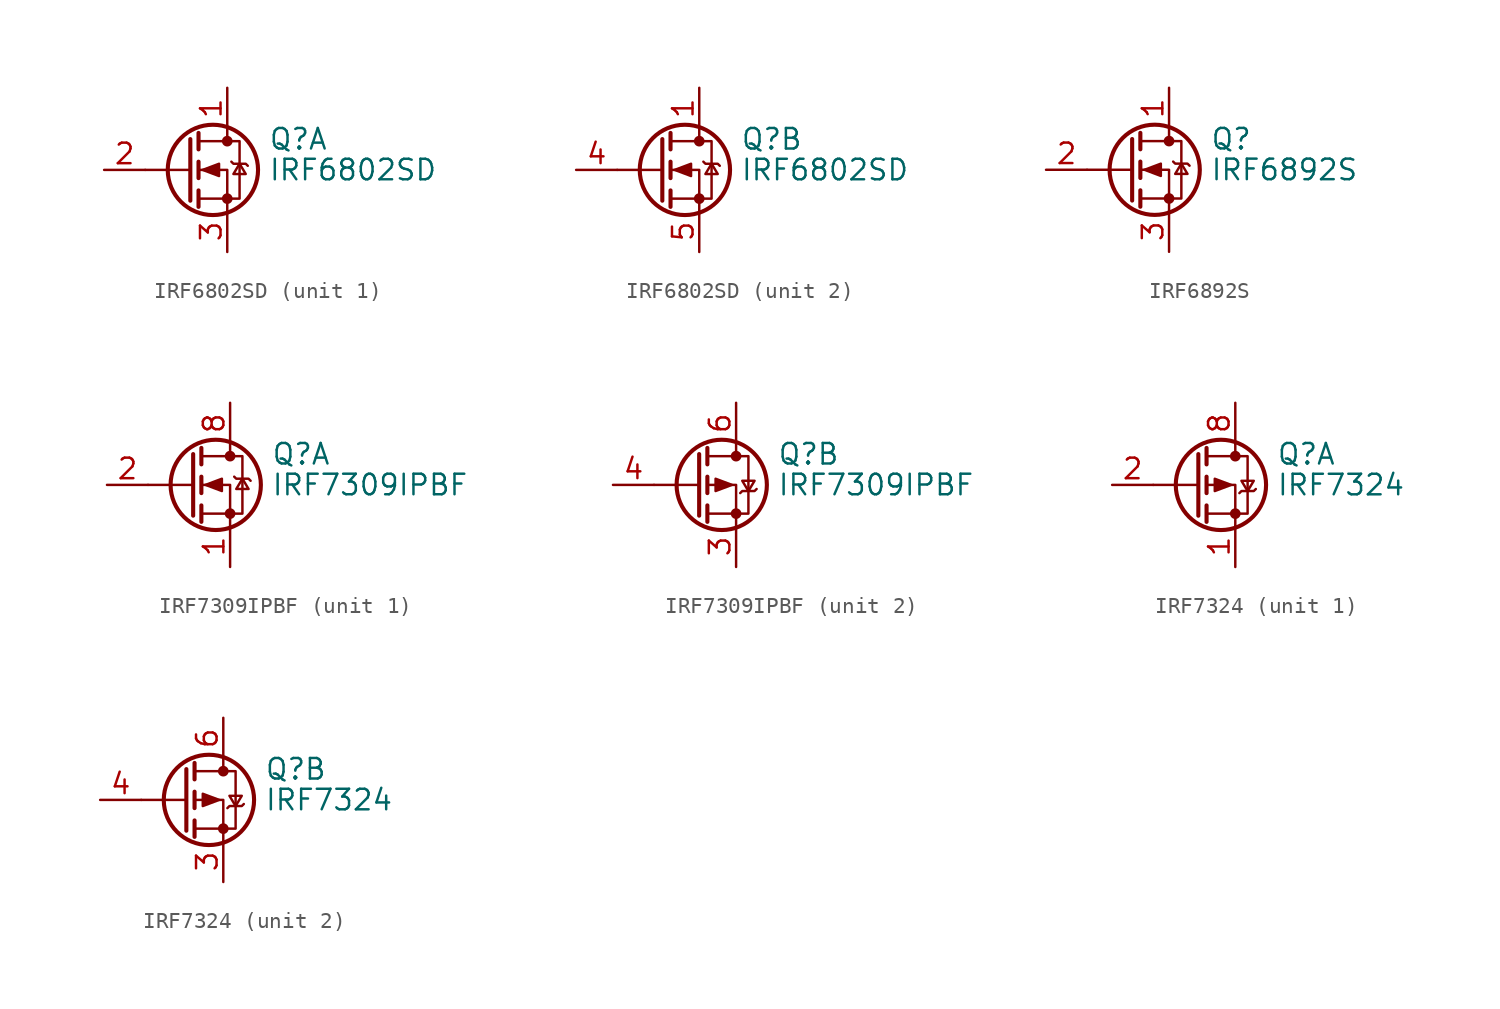
<source format=kicad_sym>
(kicad_symbol_lib
  (version 20200908)
  (generator kicad_symbol_editor)
  (symbol "Transistor_FET:IRF6802SD"
    (pin_names hide)
    (property "Reference" "Q"
      (at 5.08 1.905 0)
      (effects (font (size 1.27 1.27)) (justify left)))
    (property "Value" "IRF6802SD"
      (at 5.08 0 0)
      (effects (font (size 1.27 1.27)) (justify left)))
    (symbol "IRF6802SD_0_1"
      (circle (center 1.651 0) (radius 2.794) (stroke (width 0.254)) (fill (type none)))
      (circle (center 2.54 -1.778) (radius 0.254) (stroke (width 0)) (fill (type outline)))
      (circle (center 2.54 1.778) (radius 0.254) (stroke (width 0)) (fill (type outline)))
      (polyline (pts (xy 0.254 0) (xy -2.54 0)) (stroke (width 0)) (fill (type none)))
      (polyline (pts (xy 0.254 1.905) (xy 0.254 -1.905)) (stroke (width 0.254)) (fill (type none)))
      (polyline (pts (xy 0.762 -1.27) (xy 0.762 -2.286)) (stroke (width 0.254)) (fill (type none)))
      (polyline (pts (xy 0.762 0.508) (xy 0.762 -0.508)) (stroke (width 0.254)) (fill (type none)))
      (polyline (pts (xy 0.762 2.286) (xy 0.762 1.27)) (stroke (width 0.254)) (fill (type none)))
      (polyline (pts (xy 2.54 2.54) (xy 2.54 1.778)) (stroke (width 0)) (fill (type none)))
      (polyline (pts (xy 2.54 -2.54) (xy 2.54 0) (xy 0.762 0)) (stroke (width 0)) (fill (type none)))
      (polyline (pts (xy 0.762 -1.778) (xy 3.302 -1.778) (xy 3.302 1.778) (xy 0.762 1.778)) (stroke (width 0)) (fill (type none)))
      (polyline (pts (xy 1.016 0) (xy 2.032 0.381) (xy 2.032 -0.381) (xy 1.016 0)) (stroke (width 0)) (fill (type outline)))
      (polyline (pts (xy 2.794 0.508) (xy 2.921 0.381) (xy 3.683 0.381) (xy 3.81 0.254)) (stroke (width 0)) (fill (type none)))
      (polyline (pts (xy 3.302 0.381) (xy 2.921 -0.254) (xy 3.683 -0.254) (xy 3.302 0.381)) (stroke (width 0)) (fill (type none))))
    (symbol "IRF6802SD_1_1"
      (pin passive line (at 2.54 5.08 270) (length 2.54) (name "D" (effects (font (size 1.27 1.27)))) (number "1" (effects (font (size 1.27 1.27)))))
      (pin input line (at -5.08 0 0) (length 2.54) (name "G1" (effects (font (size 1.27 1.27)))) (number "2" (effects (font (size 1.27 1.27)))))
      (pin passive line (at 2.54 -5.08 90) (length 2.54) (name "S1" (effects (font (size 1.27 1.27)))) (number "3" (effects (font (size 1.27 1.27))))))
    (symbol "IRF6802SD_2_1"
      (pin passive line (at 2.54 5.08 270) (length 2.54) (name "D" (effects (font (size 1.27 1.27)))) (number "1" (effects (font (size 1.27 1.27)))))
      (pin input line (at -5.08 0 0) (length 2.54) (name "G2" (effects (font (size 1.27 1.27)))) (number "4" (effects (font (size 1.27 1.27)))))
      (pin passive line (at 2.54 -5.08 90) (length 2.54) (name "S2" (effects (font (size 1.27 1.27)))) (number "5" (effects (font (size 1.27 1.27)))))))
  (symbol "Transistor_FET:IRF6892S"
    (pin_names hide)
    (property "Reference" "Q"
      (at 5.08 1.905 0)
      (effects (font (size 1.27 1.27)) (justify left)))
    (property "Value" "IRF6892S"
      (at 5.08 0 0)
      (effects (font (size 1.27 1.27)) (justify left)))
    (symbol "IRF6892S_0_1"
      (circle (center 1.651 0) (radius 2.794) (stroke (width 0.254)) (fill (type none)))
      (circle (center 2.54 -1.778) (radius 0.254) (stroke (width 0)) (fill (type outline)))
      (circle (center 2.54 1.778) (radius 0.254) (stroke (width 0)) (fill (type outline)))
      (polyline (pts (xy 0.254 0) (xy -2.54 0)) (stroke (width 0)) (fill (type none)))
      (polyline (pts (xy 0.254 1.905) (xy 0.254 -1.905)) (stroke (width 0.254)) (fill (type none)))
      (polyline (pts (xy 0.762 -1.27) (xy 0.762 -2.286)) (stroke (width 0.254)) (fill (type none)))
      (polyline (pts (xy 0.762 0.508) (xy 0.762 -0.508)) (stroke (width 0.254)) (fill (type none)))
      (polyline (pts (xy 0.762 2.286) (xy 0.762 1.27)) (stroke (width 0.254)) (fill (type none)))
      (polyline (pts (xy 2.54 2.54) (xy 2.54 1.778)) (stroke (width 0)) (fill (type none)))
      (polyline (pts (xy 2.54 -2.54) (xy 2.54 0) (xy 0.762 0)) (stroke (width 0)) (fill (type none)))
      (polyline (pts (xy 0.762 -1.778) (xy 3.302 -1.778) (xy 3.302 1.778) (xy 0.762 1.778)) (stroke (width 0)) (fill (type none)))
      (polyline (pts (xy 1.016 0) (xy 2.032 0.381) (xy 2.032 -0.381) (xy 1.016 0)) (stroke (width 0)) (fill (type outline)))
      (polyline (pts (xy 2.794 0.508) (xy 2.921 0.381) (xy 3.683 0.381) (xy 3.81 0.254)) (stroke (width 0)) (fill (type none)))
      (polyline (pts (xy 3.302 0.381) (xy 2.921 -0.254) (xy 3.683 -0.254) (xy 3.302 0.381)) (stroke (width 0)) (fill (type none))))
    (symbol "IRF6892S_1_1"
      (pin passive line (at 2.54 5.08 270) (length 2.54) (name "D" (effects (font (size 1.27 1.27)))) (number "1" (effects (font (size 1.27 1.27)))))
      (pin input line (at -5.08 0 0) (length 2.54) (name "G" (effects (font (size 1.27 1.27)))) (number "2" (effects (font (size 1.27 1.27)))))
      (pin passive line (at 2.54 -5.08 90) (length 2.54) (name "S" (effects (font (size 1.27 1.27)))) (number "3" (effects (font (size 1.27 1.27)))))))
  (symbol "Transistor_FET:IRF7309IPBF"
    (pin_names hide)
    (property "Reference" "Q"
      (at 5.08 1.905 0)
      (effects (font (size 1.27 1.27)) (justify left)))
    (property "Value" "IRF7309IPBF"
      (at 5.08 0 0)
      (effects (font (size 1.27 1.27)) (justify left)))
    (symbol "IRF7309IPBF_0_1"
      (circle (center 1.651 0) (radius 2.794) (stroke (width 0.254)) (fill (type none)))
      (circle (center 2.54 -1.778) (radius 0.254) (stroke (width 0)) (fill (type outline)))
      (circle (center 2.54 1.778) (radius 0.254) (stroke (width 0)) (fill (type outline)))
      (polyline (pts (xy 0.254 0) (xy -2.54 0)) (stroke (width 0)) (fill (type none)))
      (polyline (pts (xy 0.254 1.905) (xy 0.254 -1.905)) (stroke (width 0.254)) (fill (type none)))
      (polyline (pts (xy 0.762 -1.27) (xy 0.762 -2.286)) (stroke (width 0.254)) (fill (type none)))
      (polyline (pts (xy 0.762 0.508) (xy 0.762 -0.508)) (stroke (width 0.254)) (fill (type none)))
      (polyline (pts (xy 0.762 2.286) (xy 0.762 1.27)) (stroke (width 0.254)) (fill (type none)))
      (polyline (pts (xy 2.54 2.54) (xy 2.54 1.778)) (stroke (width 0)) (fill (type none)))
      (polyline (pts (xy 2.54 -2.54) (xy 2.54 0) (xy 0.762 0)) (stroke (width 0)) (fill (type none)))
      (polyline (pts (xy 0.762 -1.778) (xy 3.302 -1.778) (xy 3.302 1.778) (xy 0.762 1.778)) (stroke (width 0)) (fill (type none))))
    (symbol "IRF7309IPBF_1_1"
      (polyline (pts (xy 1.016 0) (xy 2.032 0.381) (xy 2.032 -0.381) (xy 1.016 0)) (stroke (width 0)) (fill (type outline)))
      (polyline (pts (xy 2.794 0.508) (xy 2.921 0.381) (xy 3.683 0.381) (xy 3.81 0.254)) (stroke (width 0)) (fill (type none)))
      (polyline (pts (xy 3.302 0.381) (xy 2.921 -0.254) (xy 3.683 -0.254) (xy 3.302 0.381)) (stroke (width 0)) (fill (type none)))
      (pin passive line (at 2.54 -5.08 90) (length 2.54) (name "S" (effects (font (size 1.27 1.27)))) (number "1" (effects (font (size 1.27 1.27)))))
      (pin input line (at -5.08 0 0) (length 2.54) (name "G" (effects (font (size 1.27 1.27)))) (number "2" (effects (font (size 1.27 1.27)))))
      (pin passive line (at 2.54 5.08 270) (length 2.54) hide (name "D" (effects (font (size 1.27 1.27)))) (number "7" (effects (font (size 1.27 1.27)))))
      (pin passive line (at 2.54 5.08 270) (length 2.54) (name "D" (effects (font (size 1.27 1.27)))) (number "8" (effects (font (size 1.27 1.27))))))
    (symbol "IRF7309IPBF_2_1"
      (polyline (pts (xy 2.286 0) (xy 1.27 0.381) (xy 1.27 -0.381) (xy 2.286 0)) (stroke (width 0)) (fill (type outline)))
      (polyline (pts (xy 2.794 -0.508) (xy 2.921 -0.381) (xy 3.683 -0.381) (xy 3.81 -0.254)) (stroke (width 0)) (fill (type none)))
      (polyline (pts (xy 3.302 -0.381) (xy 2.921 0.254) (xy 3.683 0.254) (xy 3.302 -0.381)) (stroke (width 0)) (fill (type none)))
      (pin passive line (at 2.54 -5.08 90) (length 2.54) (name "1" (effects (font (size 1.27 1.27)))) (number "3" (effects (font (size 1.27 1.27)))))
      (pin input line (at -5.08 0 0) (length 2.54) (name "G" (effects (font (size 1.27 1.27)))) (number "4" (effects (font (size 1.27 1.27)))))
      (pin passive line (at 2.54 5.08 270) (length 2.54) hide (name "D" (effects (font (size 1.27 1.27)))) (number "5" (effects (font (size 1.27 1.27)))))
      (pin passive line (at 2.54 5.08 270) (length 2.54) (name "D" (effects (font (size 1.27 1.27)))) (number "6" (effects (font (size 1.27 1.27)))))))
  (symbol "Transistor_FET:IRF7324"
    (pin_names hide)
    (property "Reference" "Q"
      (at 5.08 1.905 0)
      (effects (font (size 1.27 1.27)) (justify left)))
    (property "Value" "IRF7324"
      (at 5.08 0 0)
      (effects (font (size 1.27 1.27)) (justify left)))
    (symbol "IRF7324_0_1"
      (circle (center 1.651 0) (radius 2.794) (stroke (width 0.254)) (fill (type none)))
      (circle (center 2.54 -1.778) (radius 0.254) (stroke (width 0)) (fill (type outline)))
      (circle (center 2.54 1.778) (radius 0.254) (stroke (width 0)) (fill (type outline)))
      (polyline (pts (xy 0.254 0) (xy -2.54 0)) (stroke (width 0)) (fill (type none)))
      (polyline (pts (xy 0.254 1.905) (xy 0.254 -1.905)) (stroke (width 0.254)) (fill (type none)))
      (polyline (pts (xy 0.762 -1.27) (xy 0.762 -2.286)) (stroke (width 0.254)) (fill (type none)))
      (polyline (pts (xy 0.762 0.508) (xy 0.762 -0.508)) (stroke (width 0.254)) (fill (type none)))
      (polyline (pts (xy 0.762 2.286) (xy 0.762 1.27)) (stroke (width 0.254)) (fill (type none)))
      (polyline (pts (xy 2.54 2.54) (xy 2.54 1.778)) (stroke (width 0)) (fill (type none)))
      (polyline (pts (xy 2.54 -2.54) (xy 2.54 0) (xy 0.762 0)) (stroke (width 0)) (fill (type none)))
      (polyline (pts (xy 0.762 1.778) (xy 3.302 1.778) (xy 3.302 -1.778) (xy 0.762 -1.778)) (stroke (width 0)) (fill (type none)))
      (polyline (pts (xy 2.286 0) (xy 1.27 0.381) (xy 1.27 -0.381) (xy 2.286 0)) (stroke (width 0)) (fill (type outline)))
      (polyline (pts (xy 2.794 -0.508) (xy 2.921 -0.381) (xy 3.683 -0.381) (xy 3.81 -0.254)) (stroke (width 0)) (fill (type none)))
      (polyline (pts (xy 3.302 -0.381) (xy 2.921 0.254) (xy 3.683 0.254) (xy 3.302 -0.381)) (stroke (width 0)) (fill (type none))))
    (symbol "IRF7324_1_1"
      (pin passive line (at 2.54 -5.08 90) (length 2.54) (name "S1" (effects (font (size 1.27 1.27)))) (number "1" (effects (font (size 1.27 1.27)))))
      (pin input line (at -5.08 0 0) (length 2.54) (name "G1" (effects (font (size 1.27 1.27)))) (number "2" (effects (font (size 1.27 1.27)))))
      (pin passive line (at 2.54 5.08 270) (length 2.54) hide (name "D1" (effects (font (size 1.27 1.27)))) (number "7" (effects (font (size 1.27 1.27)))))
      (pin passive line (at 2.54 5.08 270) (length 2.54) (name "D1" (effects (font (size 1.27 1.27)))) (number "8" (effects (font (size 1.27 1.27))))))
    (symbol "IRF7324_2_1"
      (pin passive line (at 2.54 -5.08 90) (length 2.54) (name "S2" (effects (font (size 1.27 1.27)))) (number "3" (effects (font (size 1.27 1.27)))))
      (pin input line (at -5.08 0 0) (length 2.54) (name "G2" (effects (font (size 1.27 1.27)))) (number "4" (effects (font (size 1.27 1.27)))))
      (pin passive line (at 2.54 5.08 270) (length 2.54) hide (name "D2" (effects (font (size 1.27 1.27)))) (number "5" (effects (font (size 1.27 1.27)))))
      (pin passive line (at 2.54 5.08 270) (length 2.54) (name "D2" (effects (font (size 1.27 1.27)))) (number "6" (effects (font (size 1.27 1.27))))))))
</source>
